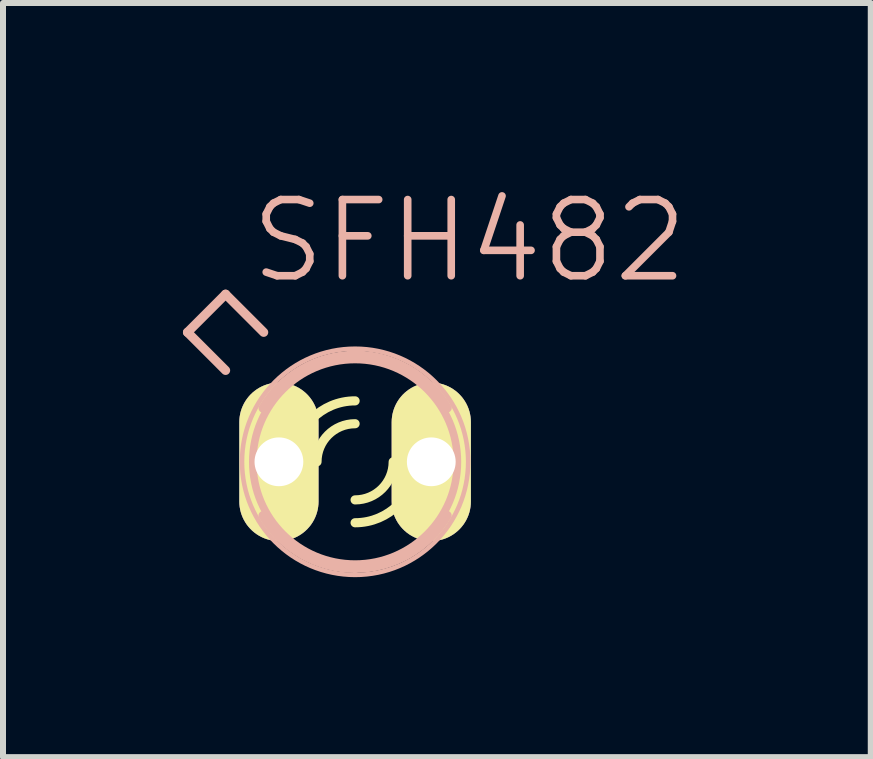
<source format=kicad_pcb>
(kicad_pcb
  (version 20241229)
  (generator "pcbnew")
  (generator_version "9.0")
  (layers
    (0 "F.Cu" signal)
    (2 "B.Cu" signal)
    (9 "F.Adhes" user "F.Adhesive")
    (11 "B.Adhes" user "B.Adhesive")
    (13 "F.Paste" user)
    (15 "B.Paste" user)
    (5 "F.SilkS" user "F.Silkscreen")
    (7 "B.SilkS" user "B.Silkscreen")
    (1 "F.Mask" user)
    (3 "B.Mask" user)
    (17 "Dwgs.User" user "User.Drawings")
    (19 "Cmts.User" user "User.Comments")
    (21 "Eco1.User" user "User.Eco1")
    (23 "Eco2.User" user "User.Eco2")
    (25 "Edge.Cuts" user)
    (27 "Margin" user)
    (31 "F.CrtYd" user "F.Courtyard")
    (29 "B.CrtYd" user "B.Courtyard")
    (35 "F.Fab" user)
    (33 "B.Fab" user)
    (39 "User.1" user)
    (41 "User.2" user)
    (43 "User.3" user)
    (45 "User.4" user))
  (footprint "SFH482"
    (layer "F.Cu")
    (at 2.87 4.649)
    (property "Reference" "SFH482" (at 1.905 -3.683 0) (layer "B.SilkS") (effects (font (size 1.27 1.27) (thickness 0.127))))
    (attr exclude_from_pos_files exclude_from_bom)
    (fp_arc (start -1.778 0) (mid -1.707402 -0.496046) (end -1.501215 -0.9527) (stroke (width 0.1524) (type solid)) (layer "F.SilkS"))
    (fp_arc (start -1.51384 0.92964) (mid -1.709767 0.482328) (end -1.776497 -0.001431) (stroke (width 0.1524) (type solid)) (layer "F.SilkS"))
    (fp_arc (start -1.016 0) (mid -0.71842 -0.71842) (end 0 -1.016) (stroke (width 0.1524) (type solid)) (layer "F.SilkS"))
    (fp_arc (start -0.635 0) (mid -0.449013 -0.449013) (end 0 -0.635) (stroke (width 0.1524) (type solid)) (layer "F.SilkS"))
    (fp_arc (start 0.635 0) (mid 0.449013 0.449013) (end 0 0.635) (stroke (width 0.1524) (type solid)) (layer "F.SilkS"))
    (fp_arc (start 1.016 0) (mid 0.71842 0.71842) (end 0 1.016) (stroke (width 0.1524) (type solid)) (layer "F.SilkS"))
    (fp_arc (start 1.51384 -0.92964) (mid 1.709767 -0.482328) (end 1.776497 0.001431) (stroke (width 0.1524) (type solid)) (layer "F.SilkS"))
    (fp_arc (start 1.778 0) (mid 1.707402 0.496046) (end 1.501215 0.9527) (stroke (width 0.1524) (type solid)) (layer "F.SilkS"))
    (fp_line (start -2.794 -2.159) (end -2.159 -2.794) (stroke (width 0.152) (type solid)) (layer "B.SilkS"))
    (fp_line (start -2.159 -1.524) (end -2.794 -2.159) (stroke (width 0.152) (type solid)) (layer "B.SilkS"))
    (fp_line (start -1.524 -2.159) (end -2.159 -2.794) (stroke (width 0.152) (type solid)) (layer "B.SilkS"))
    (fp_arc (start -1.53416 -0.89408) (mid -0.885614 -1.539063) (end -0.002081 -1.775675) (stroke (width 0.1524) (type solid)) (layer "B.SilkS"))
    (fp_arc (start 0 -1.778) (mid 0.884966 -1.542115) (end 1.535117 -0.89705) (stroke (width 0.1524) (type solid)) (layer "B.SilkS"))
    (fp_arc (start 0 1.778) (mid -0.884966 1.542115) (end -1.535117 0.89705) (stroke (width 0.1524) (type solid)) (layer "B.SilkS"))
    (fp_arc (start 1.53416 0.89408) (mid 0.885614 1.539063) (end 0.002081 1.775675) (stroke (width 0.1524) (type solid)) (layer "B.SilkS"))
    (fp_circle (center 0 0) (end -1.333 1.333) (stroke (width 0.076) (type solid)) (fill no) (layer "B.SilkS"))
    (fp_circle (center 0 0) (end -1.206 1.206) (stroke (width 0.127) (type solid)) (fill no) (layer "B.SilkS"))
    (pad "A" thru_hole oval (at -1.27 0 180) (size 1.321 2.642) (drill 0.813) (layers "*.Cu" "F.Mask" "F.SilkS" "F.Paste"))
    (pad "K" thru_hole oval (at 1.27 0 180) (size 1.321 2.642) (drill 0.813) (layers "*.Cu" "F.Mask" "F.SilkS" "F.Paste")))
  (gr_rect
    (start -3 -3)
    (end 11.467 9.573)
    (stroke (width 0.1) (type default))
    (fill no)
    (layer "Edge.Cuts")))
</source>
